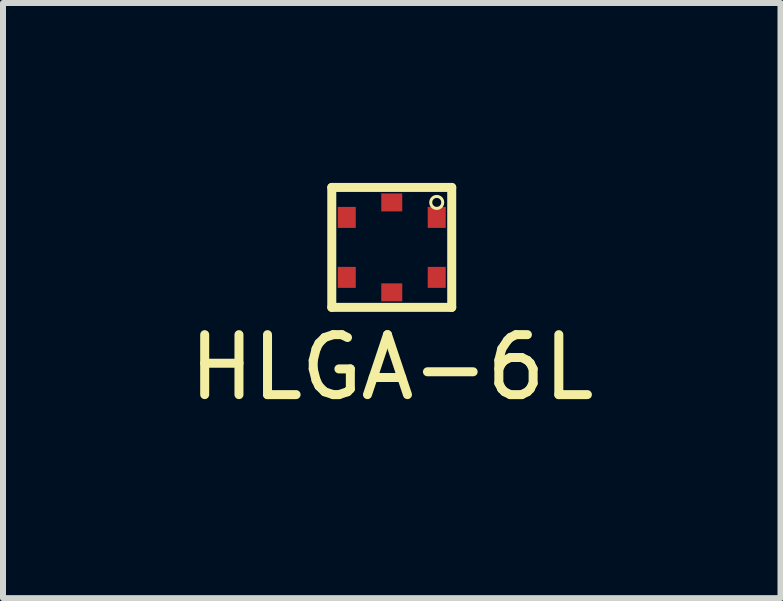
<source format=kicad_pcb>
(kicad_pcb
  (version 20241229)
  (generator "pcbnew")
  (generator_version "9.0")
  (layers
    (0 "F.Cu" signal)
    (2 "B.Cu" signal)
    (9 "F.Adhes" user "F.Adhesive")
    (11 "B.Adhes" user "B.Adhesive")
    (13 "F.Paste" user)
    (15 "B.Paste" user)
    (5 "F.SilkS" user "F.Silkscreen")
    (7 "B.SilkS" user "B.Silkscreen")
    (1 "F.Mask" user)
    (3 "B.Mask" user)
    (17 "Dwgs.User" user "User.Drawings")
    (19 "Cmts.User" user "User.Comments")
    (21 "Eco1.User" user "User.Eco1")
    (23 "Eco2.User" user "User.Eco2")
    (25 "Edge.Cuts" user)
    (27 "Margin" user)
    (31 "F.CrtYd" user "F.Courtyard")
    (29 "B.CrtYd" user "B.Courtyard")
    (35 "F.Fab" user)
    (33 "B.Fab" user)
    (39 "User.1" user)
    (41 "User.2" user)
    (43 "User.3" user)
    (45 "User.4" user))
  (footprint "HLGA-6L"
    (layer "F.Cu")
    (at 3.482 1.075)
    (property "Reference" "HLGA-6L" (at 0 2 0) (layer "F.SilkS") (effects (font (size 1 1) (thickness 0.15))))
    (attr through_hole)
    (fp_line (start -1 -1) (end 1 -1) (stroke (width 0.15) (type solid)) (layer "F.SilkS"))
    (fp_line (start -1 1) (end -1 -1) (stroke (width 0.15) (type solid)) (layer "F.SilkS"))
    (fp_line (start 1 -1) (end 1 1) (stroke (width 0.15) (type solid)) (layer "F.SilkS"))
    (fp_line (start 1 1) (end -1 1) (stroke (width 0.15) (type solid)) (layer "F.SilkS"))
    (fp_circle (center 0.75 -0.75) (end 0.85 -0.75) (stroke (width 0.05) (type solid)) (fill no) (layer "F.SilkS"))
    (pad "1" smd rect (at 0.75 -0.5) (size 0.3 0.35) (layers "F.Cu" "F.Mask" "F.Paste"))
    (pad "2" smd rect (at 0.75 0.5) (size 0.3 0.35) (layers "F.Cu" "F.Mask" "F.Paste"))
    (pad "3" smd rect (at 0 0.75) (size 0.35 0.3) (layers "F.Cu" "F.Mask" "F.Paste"))
    (pad "4" smd rect (at -0.75 0.5) (size 0.3 0.35) (layers "F.Cu" "F.Mask" "F.Paste"))
    (pad "5" smd rect (at -0.75 -0.5) (size 0.3 0.35) (layers "F.Cu" "F.Mask" "F.Paste"))
    (pad "6" smd rect (at 0 -0.75) (size 0.35 0.3) (layers "F.Cu" "F.Mask" "F.Paste")))
  (gr_rect
    (start -3 -3)
    (end 9.964 6.923)
    (stroke (width 0.1) (type default))
    (fill no)
    (layer "Edge.Cuts")))
</source>
